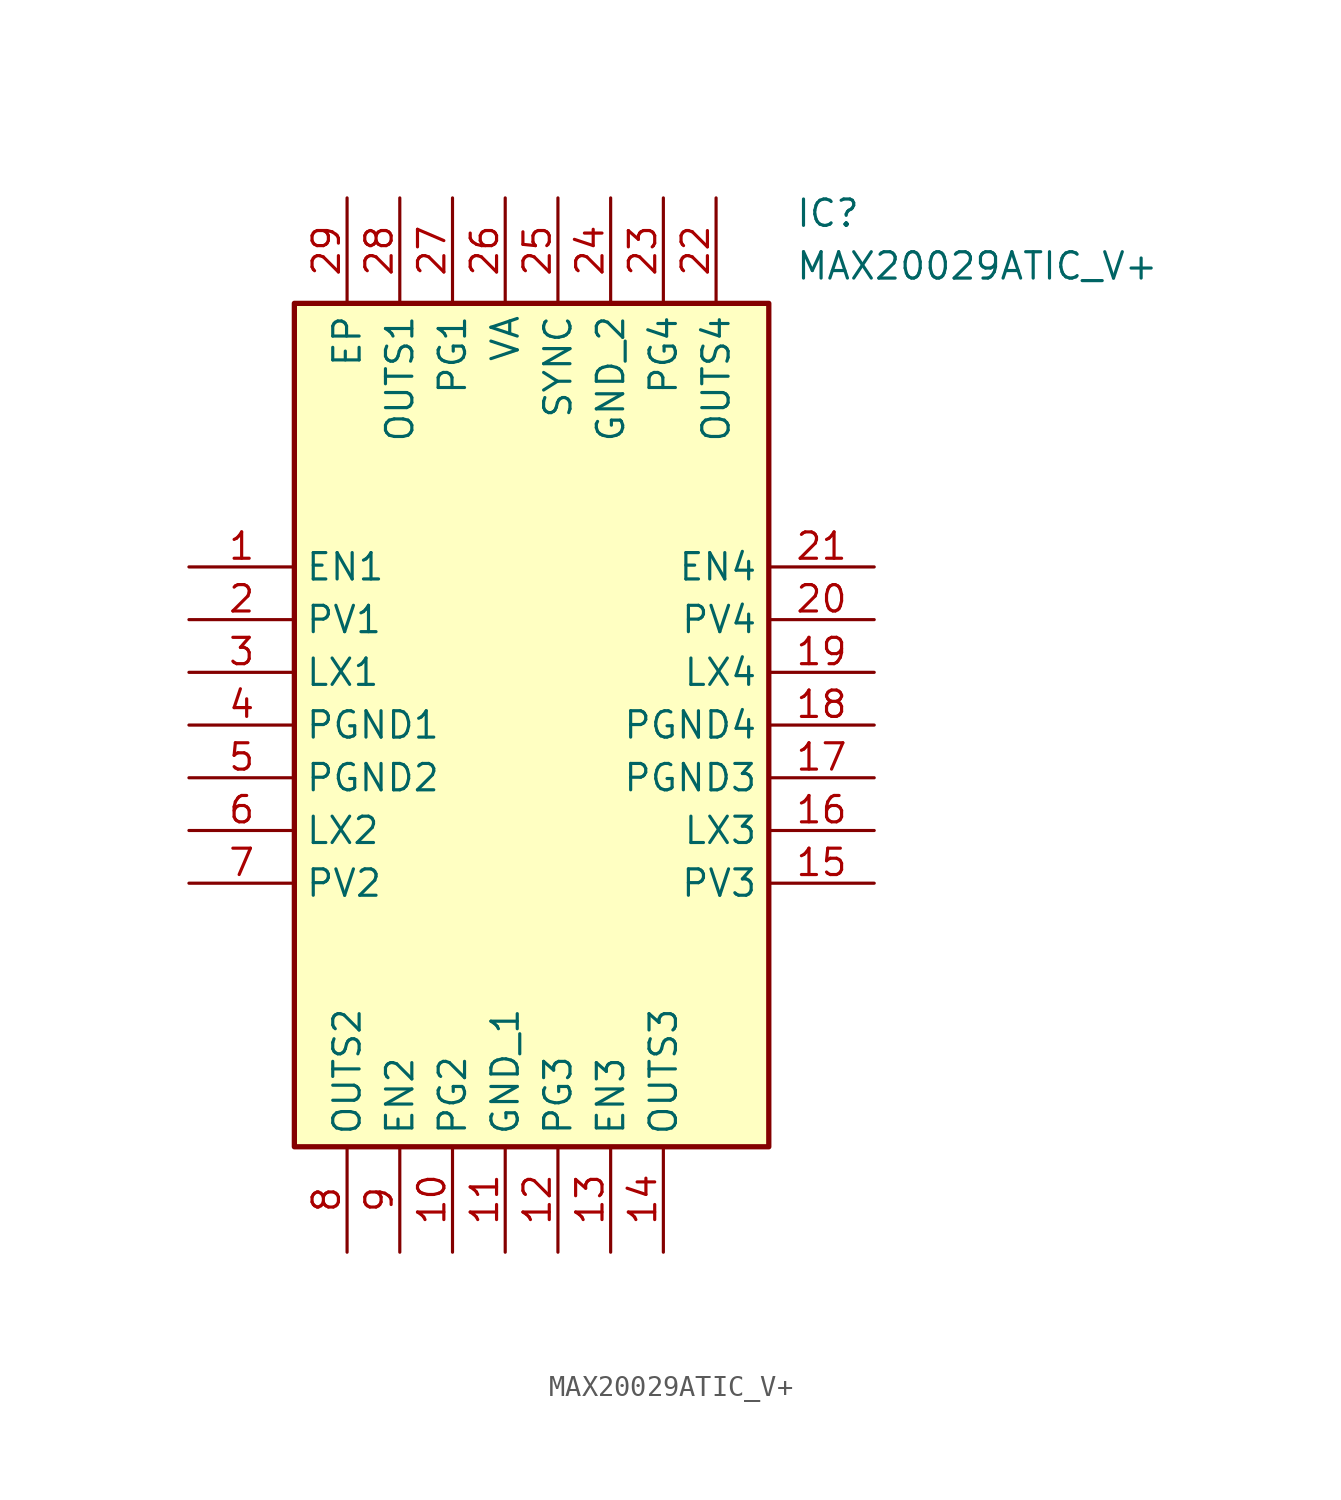
<source format=kicad_sym>
(kicad_symbol_lib
  (version 20211014)
  (generator SamacSys_ECAD_Model)
  (symbol "MAX20029ATIC_V+"
    (property "Reference" "IC"
      (at 29.21 17.78 0)
      (effects (font (size 1.27 1.27)) (justify left top)))
    (property "Value" "MAX20029ATIC_V+"
      (at 29.21 15.24 0)
      (effects (font (size 1.27 1.27)) (justify left top)))
    (rectangle
      (start 5.08 12.7)
      (end 27.94 -27.94)
      (stroke (width 0.254) (type default))
      (fill (type background)))
    (pin passive line
      (at 0 0 0)
      (length 5.08)
      (name "EN1" (effects (font (size 1.27 1.27))))
      (number "1" (effects (font (size 1.27 1.27)))))
    (pin passive line
      (at 0 -2.54 0)
      (length 5.08)
      (name "PV1" (effects (font (size 1.27 1.27))))
      (number "2" (effects (font (size 1.27 1.27)))))
    (pin passive line
      (at 0 -5.08 0)
      (length 5.08)
      (name "LX1" (effects (font (size 1.27 1.27))))
      (number "3" (effects (font (size 1.27 1.27)))))
    (pin passive line
      (at 0 -7.62 0)
      (length 5.08)
      (name "PGND1" (effects (font (size 1.27 1.27))))
      (number "4" (effects (font (size 1.27 1.27)))))
    (pin passive line
      (at 0 -10.16 0)
      (length 5.08)
      (name "PGND2" (effects (font (size 1.27 1.27))))
      (number "5" (effects (font (size 1.27 1.27)))))
    (pin passive line
      (at 0 -12.7 0)
      (length 5.08)
      (name "LX2" (effects (font (size 1.27 1.27))))
      (number "6" (effects (font (size 1.27 1.27)))))
    (pin passive line
      (at 0 -15.24 0)
      (length 5.08)
      (name "PV2" (effects (font (size 1.27 1.27))))
      (number "7" (effects (font (size 1.27 1.27)))))
    (pin passive line
      (at 7.62 -33.02 90)
      (length 5.08)
      (name "OUTS2" (effects (font (size 1.27 1.27))))
      (number "8" (effects (font (size 1.27 1.27)))))
    (pin passive line
      (at 10.16 -33.02 90)
      (length 5.08)
      (name "EN2" (effects (font (size 1.27 1.27))))
      (number "9" (effects (font (size 1.27 1.27)))))
    (pin passive line
      (at 12.7 -33.02 90)
      (length 5.08)
      (name "PG2" (effects (font (size 1.27 1.27))))
      (number "10" (effects (font (size 1.27 1.27)))))
    (pin passive line
      (at 15.24 -33.02 90)
      (length 5.08)
      (name "GND_1" (effects (font (size 1.27 1.27))))
      (number "11" (effects (font (size 1.27 1.27)))))
    (pin passive line
      (at 17.78 -33.02 90)
      (length 5.08)
      (name "PG3" (effects (font (size 1.27 1.27))))
      (number "12" (effects (font (size 1.27 1.27)))))
    (pin passive line
      (at 20.32 -33.02 90)
      (length 5.08)
      (name "EN3" (effects (font (size 1.27 1.27))))
      (number "13" (effects (font (size 1.27 1.27)))))
    (pin passive line
      (at 22.86 -33.02 90)
      (length 5.08)
      (name "OUTS3" (effects (font (size 1.27 1.27))))
      (number "14" (effects (font (size 1.27 1.27)))))
    (pin passive line
      (at 33.02 0 180)
      (length 5.08)
      (name "EN4" (effects (font (size 1.27 1.27))))
      (number "21" (effects (font (size 1.27 1.27)))))
    (pin passive line
      (at 33.02 -2.54 180)
      (length 5.08)
      (name "PV4" (effects (font (size 1.27 1.27))))
      (number "20" (effects (font (size 1.27 1.27)))))
    (pin passive line
      (at 33.02 -5.08 180)
      (length 5.08)
      (name "LX4" (effects (font (size 1.27 1.27))))
      (number "19" (effects (font (size 1.27 1.27)))))
    (pin passive line
      (at 33.02 -7.62 180)
      (length 5.08)
      (name "PGND4" (effects (font (size 1.27 1.27))))
      (number "18" (effects (font (size 1.27 1.27)))))
    (pin passive line
      (at 33.02 -10.16 180)
      (length 5.08)
      (name "PGND3" (effects (font (size 1.27 1.27))))
      (number "17" (effects (font (size 1.27 1.27)))))
    (pin passive line
      (at 33.02 -12.7 180)
      (length 5.08)
      (name "LX3" (effects (font (size 1.27 1.27))))
      (number "16" (effects (font (size 1.27 1.27)))))
    (pin passive line
      (at 33.02 -15.24 180)
      (length 5.08)
      (name "PV3" (effects (font (size 1.27 1.27))))
      (number "15" (effects (font (size 1.27 1.27)))))
    (pin passive line
      (at 7.62 17.78 270)
      (length 5.08)
      (name "EP" (effects (font (size 1.27 1.27))))
      (number "29" (effects (font (size 1.27 1.27)))))
    (pin passive line
      (at 10.16 17.78 270)
      (length 5.08)
      (name "OUTS1" (effects (font (size 1.27 1.27))))
      (number "28" (effects (font (size 1.27 1.27)))))
    (pin passive line
      (at 12.7 17.78 270)
      (length 5.08)
      (name "PG1" (effects (font (size 1.27 1.27))))
      (number "27" (effects (font (size 1.27 1.27)))))
    (pin passive line
      (at 15.24 17.78 270)
      (length 5.08)
      (name "VA" (effects (font (size 1.27 1.27))))
      (number "26" (effects (font (size 1.27 1.27)))))
    (pin passive line
      (at 17.78 17.78 270)
      (length 5.08)
      (name "SYNC" (effects (font (size 1.27 1.27))))
      (number "25" (effects (font (size 1.27 1.27)))))
    (pin passive line
      (at 20.32 17.78 270)
      (length 5.08)
      (name "GND_2" (effects (font (size 1.27 1.27))))
      (number "24" (effects (font (size 1.27 1.27)))))
    (pin passive line
      (at 22.86 17.78 270)
      (length 5.08)
      (name "PG4" (effects (font (size 1.27 1.27))))
      (number "23" (effects (font (size 1.27 1.27)))))
    (pin passive line
      (at 25.4 17.78 270)
      (length 5.08)
      (name "OUTS4" (effects (font (size 1.27 1.27))))
      (number "22" (effects (font (size 1.27 1.27)))))))
</source>
